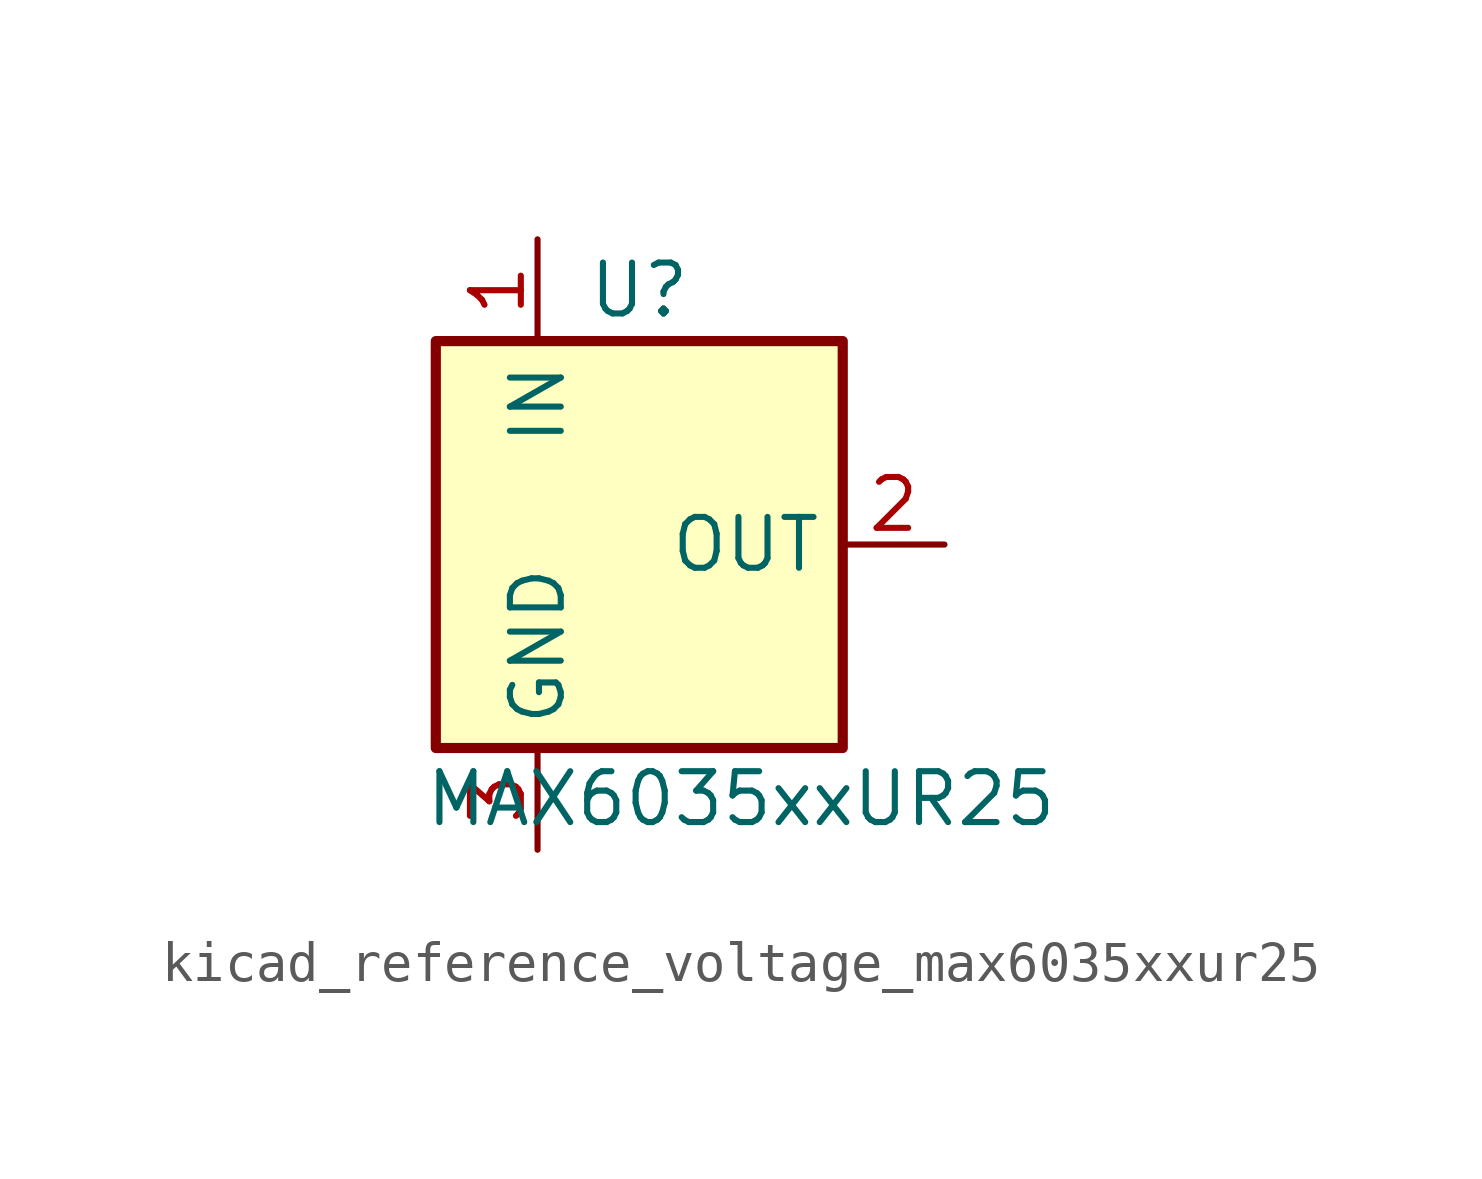
<source format=kicad_sym>
(kicad_symbol_lib
  (version 20220914)
  (generator kicad_symbol_editor)
  (symbol "kicad_reference_voltage_max6035xxur25"
    (property "Reference" "U"
      (at 0 6.35 0)
      (effects (font (size 1.27 1.27))))
    (property "Value" "MAX6035xxUR25"
      (at 2.54 -6.35 0)
      (effects (font (size 1.27 1.27))))
    (symbol "kicad_reference_voltage_max6035xxur25_0_1"
      (rectangle (start -5.08 5.08) (end 5.08 -5.08) (stroke (width 0.254) (type default)) (fill (type background))))
    (symbol "kicad_reference_voltage_max6035xxur25_1_1"
      (pin power_in line (at -2.54 7.62 270) (length 2.54) (name "IN" (effects (font (size 1.27 1.27)))) (number "1" (effects (font (size 1.27 1.27)))))
      (pin power_out line (at 7.62 0 180) (length 2.54) (name "OUT" (effects (font (size 1.27 1.27)))) (number "2" (effects (font (size 1.27 1.27)))))
      (pin power_in line (at -2.54 -7.62 90) (length 2.54) (name "GND" (effects (font (size 1.27 1.27)))) (number "3" (effects (font (size 1.27 1.27))))))))
</source>
